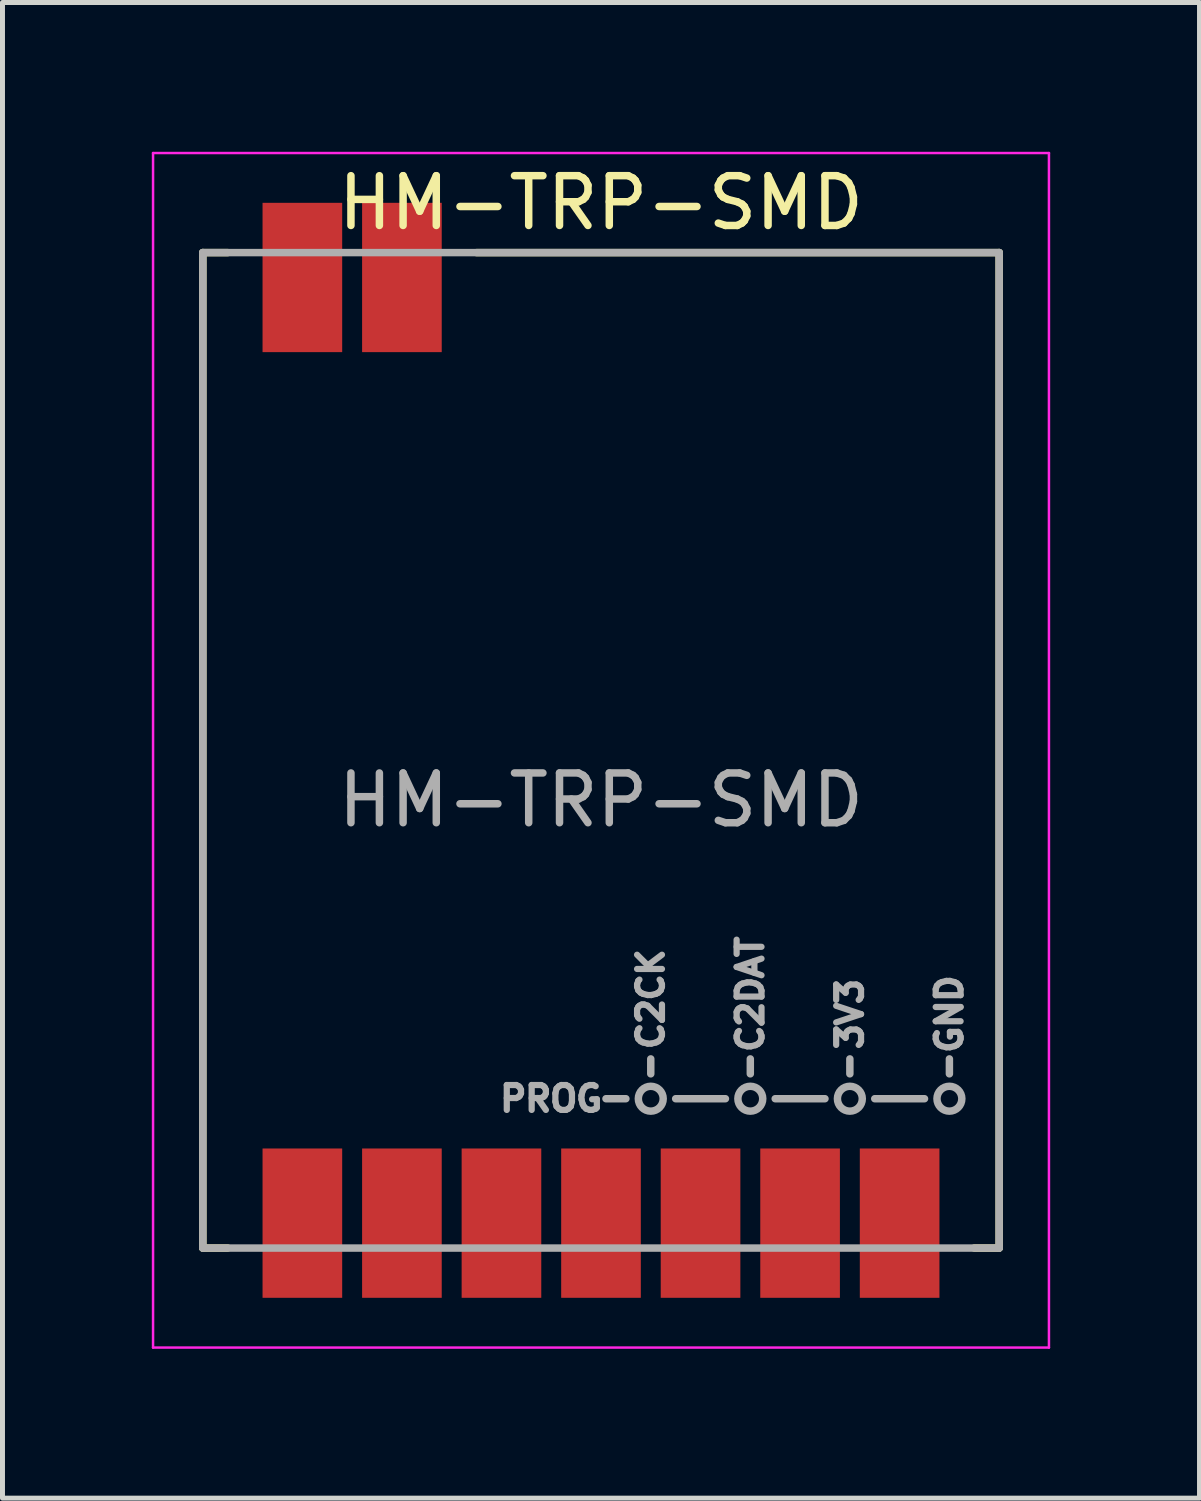
<source format=kicad_pcb>
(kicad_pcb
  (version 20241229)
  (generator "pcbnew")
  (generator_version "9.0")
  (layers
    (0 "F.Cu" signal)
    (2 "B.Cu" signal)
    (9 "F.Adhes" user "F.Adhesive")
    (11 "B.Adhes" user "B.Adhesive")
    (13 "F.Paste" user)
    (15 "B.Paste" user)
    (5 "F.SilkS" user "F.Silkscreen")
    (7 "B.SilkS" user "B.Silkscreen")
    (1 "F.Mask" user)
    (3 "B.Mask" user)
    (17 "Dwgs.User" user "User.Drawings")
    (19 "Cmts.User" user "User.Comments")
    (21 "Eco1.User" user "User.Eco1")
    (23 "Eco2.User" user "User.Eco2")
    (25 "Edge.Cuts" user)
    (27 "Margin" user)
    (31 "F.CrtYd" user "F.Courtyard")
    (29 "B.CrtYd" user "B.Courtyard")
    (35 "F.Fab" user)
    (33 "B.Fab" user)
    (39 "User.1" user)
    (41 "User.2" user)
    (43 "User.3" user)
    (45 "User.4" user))
  (footprint "HM-TRP-SMD"
    (layer "F.Cu")
    (at 9.025 12.025)
    (property "Reference" "HM-TRP-SMD" (at 0 -11 0) (layer "F.SilkS") (effects (font (size 1 1) (thickness 0.15))))
    (attr smd)
    (fp_line (start -8 -10) (end -7.5 -10) (stroke (width 0.15) (type solid)) (layer "F.SilkS"))
    (fp_line (start -8 10) (end -8 -10) (stroke (width 0.15) (type solid)) (layer "F.SilkS"))
    (fp_line (start -7.5 10) (end -8 10) (stroke (width 0.15) (type solid)) (layer "F.SilkS"))
    (fp_line (start -2.5 -10) (end 8 -10) (stroke (width 0.15) (type solid)) (layer "F.SilkS"))
    (fp_line (start 8 -10) (end 8 10) (stroke (width 0.15) (type solid)) (layer "F.SilkS"))
    (fp_line (start 8 10) (end 7.5 10) (stroke (width 0.15) (type solid)) (layer "F.SilkS"))
    (fp_line (start -9 -12) (end 9 -12) (stroke (width 0.05) (type solid)) (layer "F.CrtYd"))
    (fp_line (start -9 12) (end -9 -12) (stroke (width 0.05) (type solid)) (layer "F.CrtYd"))
    (fp_line (start 9 -12) (end 9 12) (stroke (width 0.05) (type solid)) (layer "F.CrtYd"))
    (fp_line (start 9 12) (end -9 12) (stroke (width 0.05) (type solid)) (layer "F.CrtYd"))
    (fp_line (start -8 -10) (end -8 10) (stroke (width 0.15) (type solid)) (layer "F.Fab"))
    (fp_line (start -8 10) (end 8 10) (stroke (width 0.15) (type solid)) (layer "F.Fab"))
    (fp_line (start 0.5 7) (end 0.1 7) (stroke (width 0.15) (type solid)) (layer "F.Fab"))
    (fp_line (start 1 6.5) (end 1 6.2) (stroke (width 0.15) (type solid)) (layer "F.Fab"))
    (fp_line (start 1.5 7) (end 2.5 7) (stroke (width 0.15) (type solid)) (layer "F.Fab"))
    (fp_line (start 3 6.5) (end 3 6.2) (stroke (width 0.15) (type solid)) (layer "F.Fab"))
    (fp_line (start 3.5 7) (end 4.5 7) (stroke (width 0.15) (type solid)) (layer "F.Fab"))
    (fp_line (start 5 6.5) (end 5 6.2) (stroke (width 0.15) (type solid)) (layer "F.Fab"))
    (fp_line (start 5.5 7) (end 6.5 7) (stroke (width 0.15) (type solid)) (layer "F.Fab"))
    (fp_line (start 7 6.5) (end 7 6.2) (stroke (width 0.15) (type solid)) (layer "F.Fab"))
    (fp_line (start 8 -10) (end -8 -10) (stroke (width 0.15) (type solid)) (layer "F.Fab"))
    (fp_line (start 8 10) (end 8 -10) (stroke (width 0.15) (type solid)) (layer "F.Fab"))
    (fp_circle (center 1 7) (end 1.25 7) (stroke (width 0.15) (type solid)) (fill no) (layer "F.Fab"))
    (fp_circle (center 3 7) (end 3.25 7) (stroke (width 0.15) (type solid)) (fill no) (layer "F.Fab"))
    (fp_circle (center 5 7) (end 5.25 7) (stroke (width 0.15) (type solid)) (fill no) (layer "F.Fab"))
    (fp_circle (center 7 7) (end 7.25 7) (stroke (width 0.15) (type solid)) (fill no) (layer "F.Fab"))
    (fp_text user "${REFERENCE}" (at 0 1 0) (layer "F.Fab") (effects (font (size 1 1) (thickness 0.15))))
    (fp_text user "PROG" (at -1 7 0) (layer "F.Fab") (effects (font (size 0.5 0.5) (thickness 0.125))))
    (fp_text user "C2DAT" (at 3 4.9 90) (layer "F.Fab") (effects (font (size 0.5 0.5) (thickness 0.125))))
    (fp_text user "GND" (at 7 5.3 90) (layer "F.Fab") (effects (font (size 0.5 0.5) (thickness 0.125))))
    (fp_text user "3V3" (at 5 5.3 90) (layer "F.Fab") (effects (font (size 0.5 0.5) (thickness 0.125))))
    (fp_text user "C2CK" (at 1 5 90) (layer "F.Fab") (effects (font (size 0.5 0.5) (thickness 0.125))))
    (pad "1" smd rect (at -6 9.5) (size 1.6 3) (layers "F.Cu" "F.Mask" "F.Paste"))
    (pad "2" smd rect (at -4 9.5) (size 1.6 3) (layers "F.Cu" "F.Mask" "F.Paste"))
    (pad "3" smd rect (at -2 9.5) (size 1.6 3) (layers "F.Cu" "F.Mask" "F.Paste"))
    (pad "4" smd rect (at 0 9.5) (size 1.6 3) (layers "F.Cu" "F.Mask" "F.Paste"))
    (pad "5" smd rect (at 2 9.5) (size 1.6 3) (layers "F.Cu" "F.Mask" "F.Paste"))
    (pad "6" smd rect (at 4 9.5) (size 1.6 3) (layers "F.Cu" "F.Mask" "F.Paste"))
    (pad "7" smd rect (at 6 9.5) (size 1.6 3) (layers "F.Cu" "F.Mask" "F.Paste"))
    (pad "8" smd rect (at -4 -9.5) (size 1.6 3) (layers "F.Cu" "F.Mask" "F.Paste"))
    (pad "9" smd rect (at -6 -9.5) (size 1.6 3) (layers "F.Cu" "F.Mask" "F.Paste")))
  (gr_rect
    (start -3 -3)
    (end 21.05 27.05)
    (stroke (width 0.1) (type default))
    (fill no)
    (layer "Edge.Cuts")))
</source>
